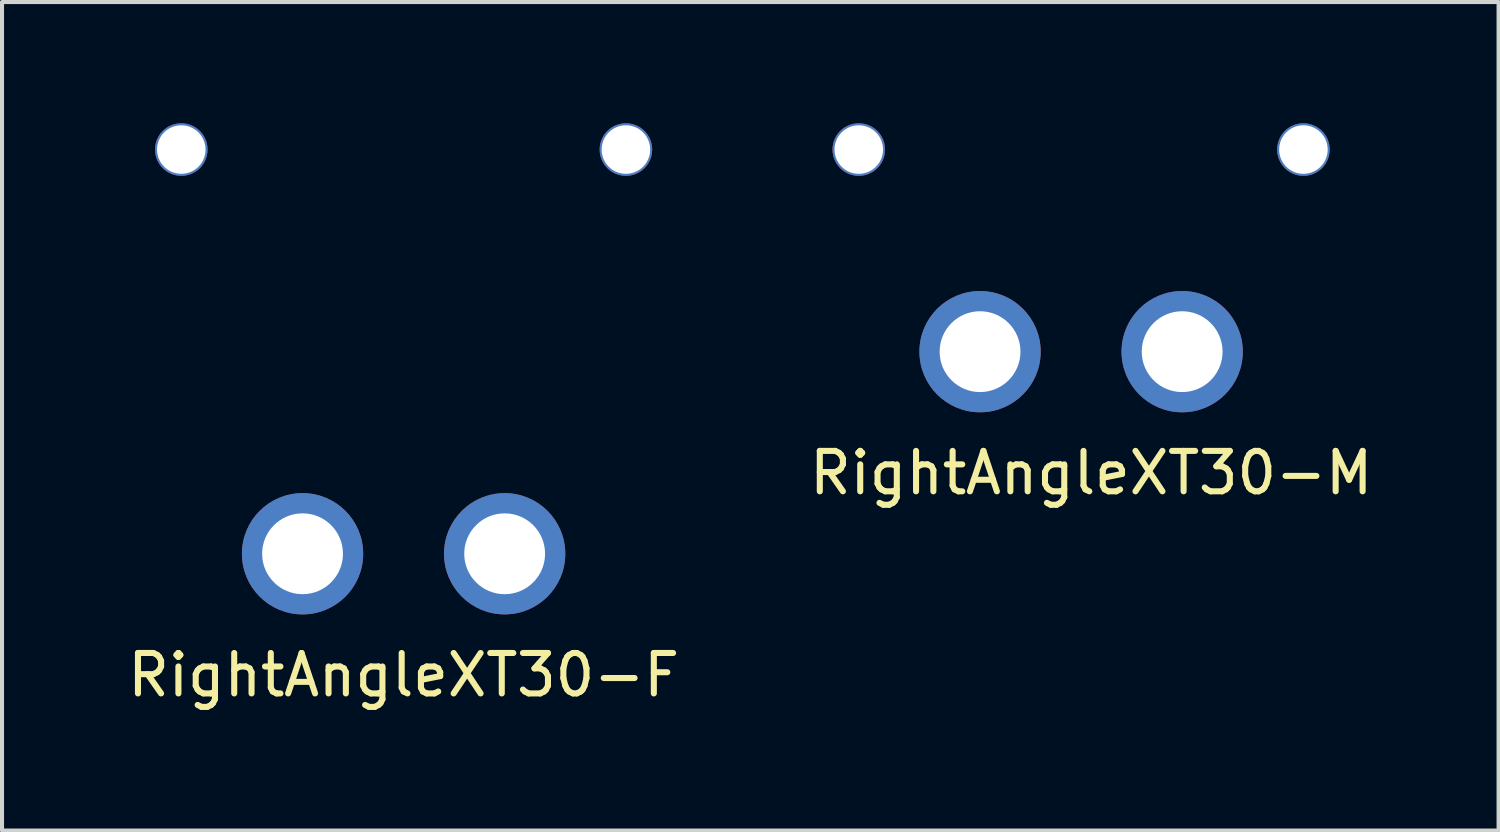
<source format=kicad_pcb>
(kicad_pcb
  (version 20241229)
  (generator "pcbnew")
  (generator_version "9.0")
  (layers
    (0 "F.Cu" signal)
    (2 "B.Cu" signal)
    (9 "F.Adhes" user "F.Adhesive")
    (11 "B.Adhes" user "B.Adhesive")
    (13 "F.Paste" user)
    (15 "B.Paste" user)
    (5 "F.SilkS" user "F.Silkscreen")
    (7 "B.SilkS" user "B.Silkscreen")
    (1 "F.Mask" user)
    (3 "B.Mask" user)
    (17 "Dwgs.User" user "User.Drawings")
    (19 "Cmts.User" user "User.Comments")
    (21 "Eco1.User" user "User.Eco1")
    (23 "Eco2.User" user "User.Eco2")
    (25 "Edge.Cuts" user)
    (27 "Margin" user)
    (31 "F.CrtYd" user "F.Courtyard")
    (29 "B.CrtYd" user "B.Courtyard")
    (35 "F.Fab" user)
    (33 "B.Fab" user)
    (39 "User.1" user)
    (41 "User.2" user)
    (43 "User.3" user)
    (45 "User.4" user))
  (footprint "RightAngleXT30-F"
    (layer "F.Cu")
    (at 6.935 5.65)
    (property "Reference" "RightAngleXT30-F" (at 0 8 0) (unlocked yes) (layer "F.SilkS") (effects (font (size 1 1) (thickness 0.15))))
    (attr through_hole)
    (pad "" np_thru_hole circle (at -5.5 -5) (size 1.3 1.3) (drill 1.2) (layers "*.Cu" "*.Mask"))
    (pad "" np_thru_hole circle (at 5.5 -5) (size 1.3 1.3) (drill 1.2) (layers "*.Cu" "*.Mask"))
    (pad "1" thru_hole circle (at -2.5 5) (size 3 3) (drill 2) (layers "*.Cu" "*.Mask"))
    (pad "2" thru_hole circle (at 2.5 5) (size 3 3) (drill 2) (layers "*.Cu" "*.Mask")))
  (footprint "RightAngleXT30-M"
    (layer "F.Cu")
    (at 23.696 3.15)
    (property "Reference" "RightAngleXT30-M" (at 0.25 5.5 0) (unlocked yes) (layer "F.SilkS") (effects (font (size 1 1) (thickness 0.15))))
    (attr through_hole)
    (pad "" np_thru_hole circle (at -5.5 -2.5) (size 1.3 1.3) (drill 1.2) (layers "*.Cu" "*.Mask"))
    (pad "" np_thru_hole circle (at 5.5 -2.5) (size 1.3 1.3) (drill 1.2) (layers "*.Cu" "*.Mask"))
    (pad "1" thru_hole circle (at -2.5 2.5) (size 3 3) (drill 2) (layers "*.Cu" "*.Mask"))
    (pad "2" thru_hole circle (at 2.5 2.5) (size 3 3) (drill 2) (layers "*.Cu" "*.Mask")))
  (gr_rect
    (start -3 -3)
    (end 34.024 17.498)
    (stroke (width 0.1) (type default))
    (fill no)
    (layer "Edge.Cuts")))
</source>
